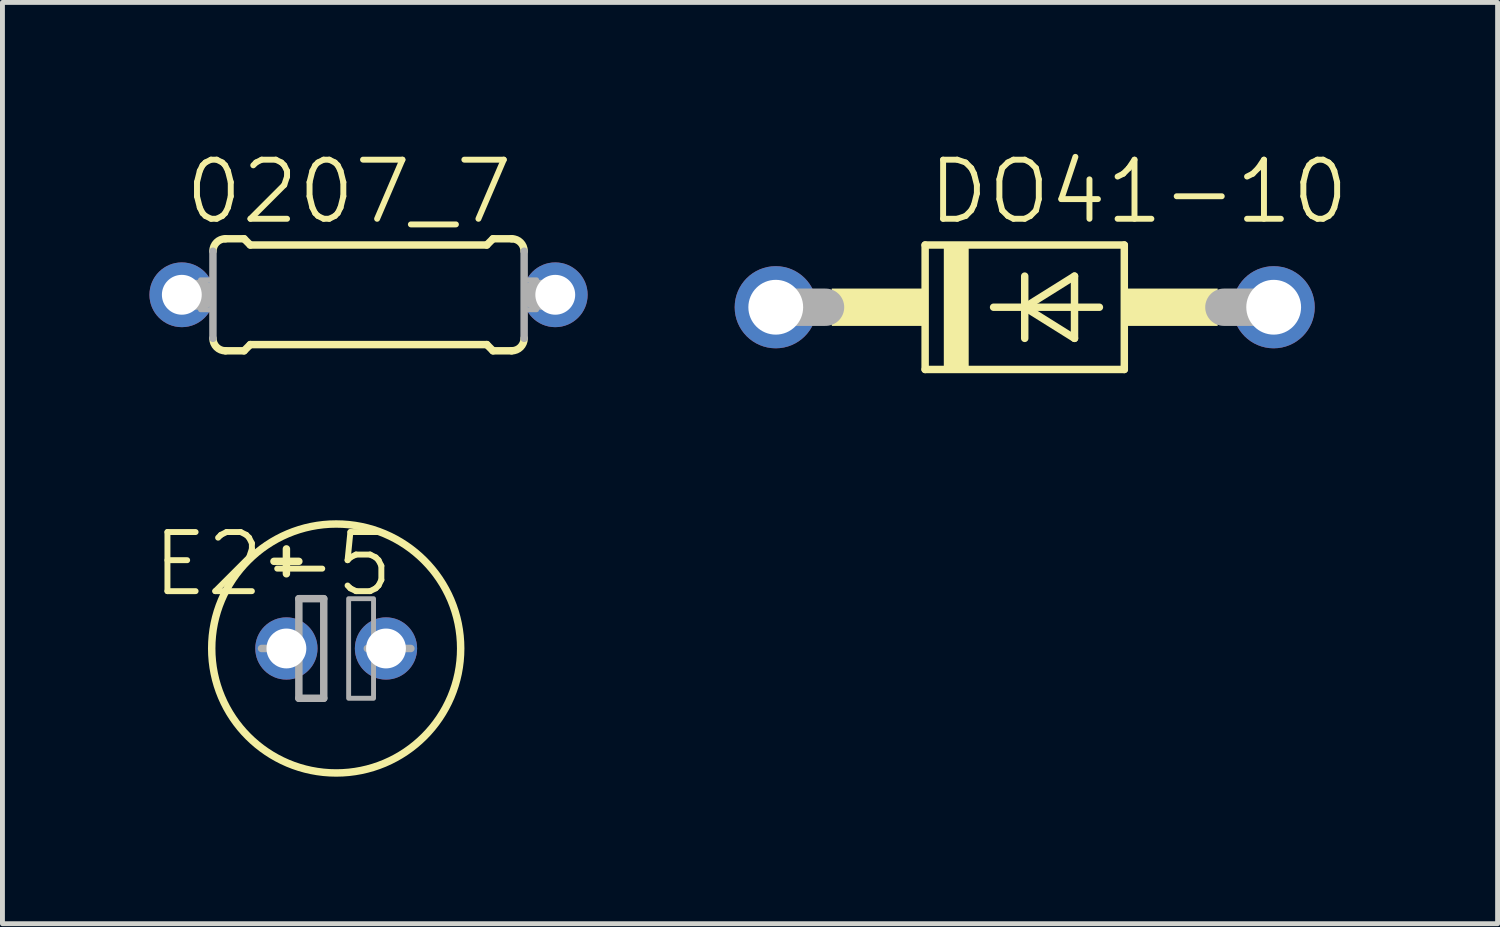
<source format=kicad_pcb>
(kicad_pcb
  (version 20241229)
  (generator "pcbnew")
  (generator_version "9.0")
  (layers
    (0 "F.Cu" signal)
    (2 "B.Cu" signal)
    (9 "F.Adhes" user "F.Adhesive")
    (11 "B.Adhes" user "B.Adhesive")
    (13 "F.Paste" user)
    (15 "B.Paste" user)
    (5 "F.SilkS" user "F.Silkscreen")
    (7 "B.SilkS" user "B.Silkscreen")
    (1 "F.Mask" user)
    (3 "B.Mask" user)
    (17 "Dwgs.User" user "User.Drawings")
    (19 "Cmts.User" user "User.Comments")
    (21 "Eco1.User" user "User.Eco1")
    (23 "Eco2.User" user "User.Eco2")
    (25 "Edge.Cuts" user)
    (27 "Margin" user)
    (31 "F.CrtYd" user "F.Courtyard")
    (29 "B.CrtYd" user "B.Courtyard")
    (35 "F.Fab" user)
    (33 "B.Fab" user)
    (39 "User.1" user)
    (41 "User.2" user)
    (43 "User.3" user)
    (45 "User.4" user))
  (footprint "0207_7"
    (layer "F.Cu")
    (at 4.47 2.965)
    (property "Reference" "0207_7" (at -3.81 -1.397 0) (layer "F.SilkS") (effects (font (size 1.206 1.206) (thickness 0.121)) (justify left bottom)))
    (attr through_hole)
    (fp_line (start -2.921 -1.143) (end -2.54 -1.143) (stroke (width 0.152) (type solid)) (layer "F.SilkS"))
    (fp_line (start -2.921 1.143) (end -2.54 1.143) (stroke (width 0.152) (type solid)) (layer "F.SilkS"))
    (fp_line (start -2.413 -1.016) (end -2.54 -1.143) (stroke (width 0.152) (type solid)) (layer "F.SilkS"))
    (fp_line (start -2.413 1.016) (end -2.54 1.143) (stroke (width 0.152) (type solid)) (layer "F.SilkS"))
    (fp_line (start 2.413 -1.016) (end -2.413 -1.016) (stroke (width 0.152) (type solid)) (layer "F.SilkS"))
    (fp_line (start 2.413 -1.016) (end 2.54 -1.143) (stroke (width 0.152) (type solid)) (layer "F.SilkS"))
    (fp_line (start 2.413 1.016) (end -2.413 1.016) (stroke (width 0.152) (type solid)) (layer "F.SilkS"))
    (fp_line (start 2.413 1.016) (end 2.54 1.143) (stroke (width 0.152) (type solid)) (layer "F.SilkS"))
    (fp_line (start 2.921 -1.143) (end 2.54 -1.143) (stroke (width 0.152) (type solid)) (layer "F.SilkS"))
    (fp_line (start 2.921 1.143) (end 2.54 1.143) (stroke (width 0.152) (type solid)) (layer "F.SilkS"))
    (fp_arc (start -3.175 -0.889) (mid -3.100605 -1.068605) (end -2.921 -1.143) (stroke (width 0.1524) (type solid)) (layer "F.SilkS"))
    (fp_arc (start -2.921 1.143) (mid -3.100605 1.068605) (end -3.175 0.889) (stroke (width 0.1524) (type solid)) (layer "F.SilkS"))
    (fp_arc (start 2.921 -1.143) (mid 3.100605 -1.068605) (end 3.175 -0.889) (stroke (width 0.1524) (type solid)) (layer "F.SilkS"))
    (fp_arc (start 3.175 0.889) (mid 3.100605 1.068605) (end 2.921 1.143) (stroke (width 0.1524) (type solid)) (layer "F.SilkS"))
    (fp_line (start -3.81 0) (end -3.429 0) (stroke (width 0.61) (type solid)) (layer "F.Fab"))
    (fp_line (start -3.175 0.889) (end -3.175 -0.889) (stroke (width 0.152) (type solid)) (layer "F.Fab"))
    (fp_line (start 3.175 0.889) (end 3.175 -0.889) (stroke (width 0.152) (type solid)) (layer "F.Fab"))
    (fp_line (start 3.429 0) (end 3.81 0) (stroke (width 0.61) (type solid)) (layer "F.Fab"))
    (fp_poly (pts (xy -3.429 0.305) (xy -3.175 0.305) (xy -3.175 -0.305) (xy -3.429 -0.305)) (stroke (width 0.1) (type solid)) (fill no) (layer "F.Fab"))
    (fp_poly (pts (xy 3.175 0.305) (xy 3.429 0.305) (xy 3.429 -0.305) (xy 3.175 -0.305)) (stroke (width 0.1) (type solid)) (fill no) (layer "F.Fab"))
    (pad "1" thru_hole circle (at -3.81 0) (size 1.321 1.321) (drill 0.813) (layers "*.Cu" "*.Mask"))
    (pad "2" thru_hole circle (at 3.81 0) (size 1.321 1.321) (drill 0.813) (layers "*.Cu" "*.Mask")))
  (footprint "DO41-10"
    (layer "F.Cu")
    (at 17.859 3.219)
    (property "Reference" "DO41-10" (at -2.032 -1.651 0) (layer "F.SilkS") (effects (font (size 1.206 1.206) (thickness 0.121)) (justify left bottom)))
    (attr through_hole)
    (fp_line (start -2.032 -1.27) (end -2.032 1.27) (stroke (width 0.152) (type solid)) (layer "F.SilkS"))
    (fp_line (start -2.032 -1.27) (end 2.032 -1.27) (stroke (width 0.152) (type solid)) (layer "F.SilkS"))
    (fp_line (start -0.635 0) (end 0 0) (stroke (width 0.152) (type solid)) (layer "F.SilkS"))
    (fp_line (start 0 -0.635) (end 0 0) (stroke (width 0.152) (type solid)) (layer "F.SilkS"))
    (fp_line (start 0 0) (end 0 0.635) (stroke (width 0.152) (type solid)) (layer "F.SilkS"))
    (fp_line (start 0 0) (end 1.016 -0.635) (stroke (width 0.152) (type solid)) (layer "F.SilkS"))
    (fp_line (start 0 0) (end 1.524 0) (stroke (width 0.152) (type solid)) (layer "F.SilkS"))
    (fp_line (start 1.016 -0.635) (end 1.016 0.635) (stroke (width 0.152) (type solid)) (layer "F.SilkS"))
    (fp_line (start 1.016 0.635) (end 0 0) (stroke (width 0.152) (type solid)) (layer "F.SilkS"))
    (fp_line (start 2.032 1.27) (end -2.032 1.27) (stroke (width 0.152) (type solid)) (layer "F.SilkS"))
    (fp_line (start 2.032 1.27) (end 2.032 -1.27) (stroke (width 0.152) (type solid)) (layer "F.SilkS"))
    (fp_poly (pts (xy -3.937 0.381) (xy -2.032 0.381) (xy -2.032 -0.381) (xy -3.937 -0.381)) (stroke (width 0) (type solid)) (fill yes) (layer "F.SilkS"))
    (fp_poly (pts (xy -1.651 1.27) (xy -1.143 1.27) (xy -1.143 -1.27) (xy -1.651 -1.27)) (stroke (width 0) (type solid)) (fill yes) (layer "F.SilkS"))
    (fp_poly (pts (xy 2.032 0.381) (xy 3.937 0.381) (xy 3.937 -0.381) (xy 2.032 -0.381)) (stroke (width 0) (type solid)) (fill yes) (layer "F.SilkS"))
    (fp_line (start -5.08 0) (end -4.064 0) (stroke (width 0.762) (type solid)) (layer "F.Fab"))
    (fp_line (start 5.08 0) (end 4.064 0) (stroke (width 0.762) (type solid)) (layer "F.Fab"))
    (pad "A" thru_hole circle (at 5.08 0) (size 1.676 1.676) (drill 1.118) (layers "*.Cu" "*.Mask"))
    (pad "C" thru_hole circle (at -5.08 0) (size 1.676 1.676) (drill 1.118) (layers "*.Cu" "*.Mask")))
  (footprint "E2-5"
    (layer "F.Cu")
    (at 3.81 10.182)
    (property "Reference" "E2-5" (at -3.81 -1.016 0) (layer "F.SilkS") (effects (font (size 1.206 1.206) (thickness 0.121)) (justify left bottom)))
    (attr through_hole)
    (fp_line (start -1.27 -1.778) (end -0.762 -1.778) (stroke (width 0.152) (type solid)) (layer "F.SilkS"))
    (fp_line (start -1.016 -1.524) (end -1.016 -2.032) (stroke (width 0.152) (type solid)) (layer "F.SilkS"))
    (fp_circle (center 0 0) (end 2.54 0) (stroke (width 0.152) (type solid)) (fill no) (layer "F.SilkS"))
    (fp_line (start -1.524 0) (end -0.762 0) (stroke (width 0.152) (type solid)) (layer "F.Fab"))
    (fp_line (start -0.762 -1.016) (end -0.762 0) (stroke (width 0.152) (type solid)) (layer "F.Fab"))
    (fp_line (start -0.762 0) (end -0.762 1.016) (stroke (width 0.152) (type solid)) (layer "F.Fab"))
    (fp_line (start -0.762 1.016) (end -0.254 1.016) (stroke (width 0.152) (type solid)) (layer "F.Fab"))
    (fp_line (start -0.254 -1.016) (end -0.762 -1.016) (stroke (width 0.152) (type solid)) (layer "F.Fab"))
    (fp_line (start -0.254 1.016) (end -0.254 -1.016) (stroke (width 0.152) (type solid)) (layer "F.Fab"))
    (fp_line (start 0.635 0) (end 1.524 0) (stroke (width 0.152) (type solid)) (layer "F.Fab"))
    (fp_poly (pts (xy 0.254 1.016) (xy 0.762 1.016) (xy 0.762 -1.016) (xy 0.254 -1.016)) (stroke (width 0.1) (type solid)) (fill no) (layer "F.Fab"))
    (pad "+" thru_hole circle (at -1.016 0) (size 1.27 1.27) (drill 0.813) (layers "*.Cu" "*.Mask"))
    (pad "-" thru_hole circle (at 1.016 0) (size 1.27 1.27) (drill 0.813) (layers "*.Cu" "*.Mask")))
  (gr_rect
    (start -3 -3)
    (end 27.508 15.798)
    (stroke (width 0.1) (type default))
    (fill no)
    (layer "Edge.Cuts")))
</source>
